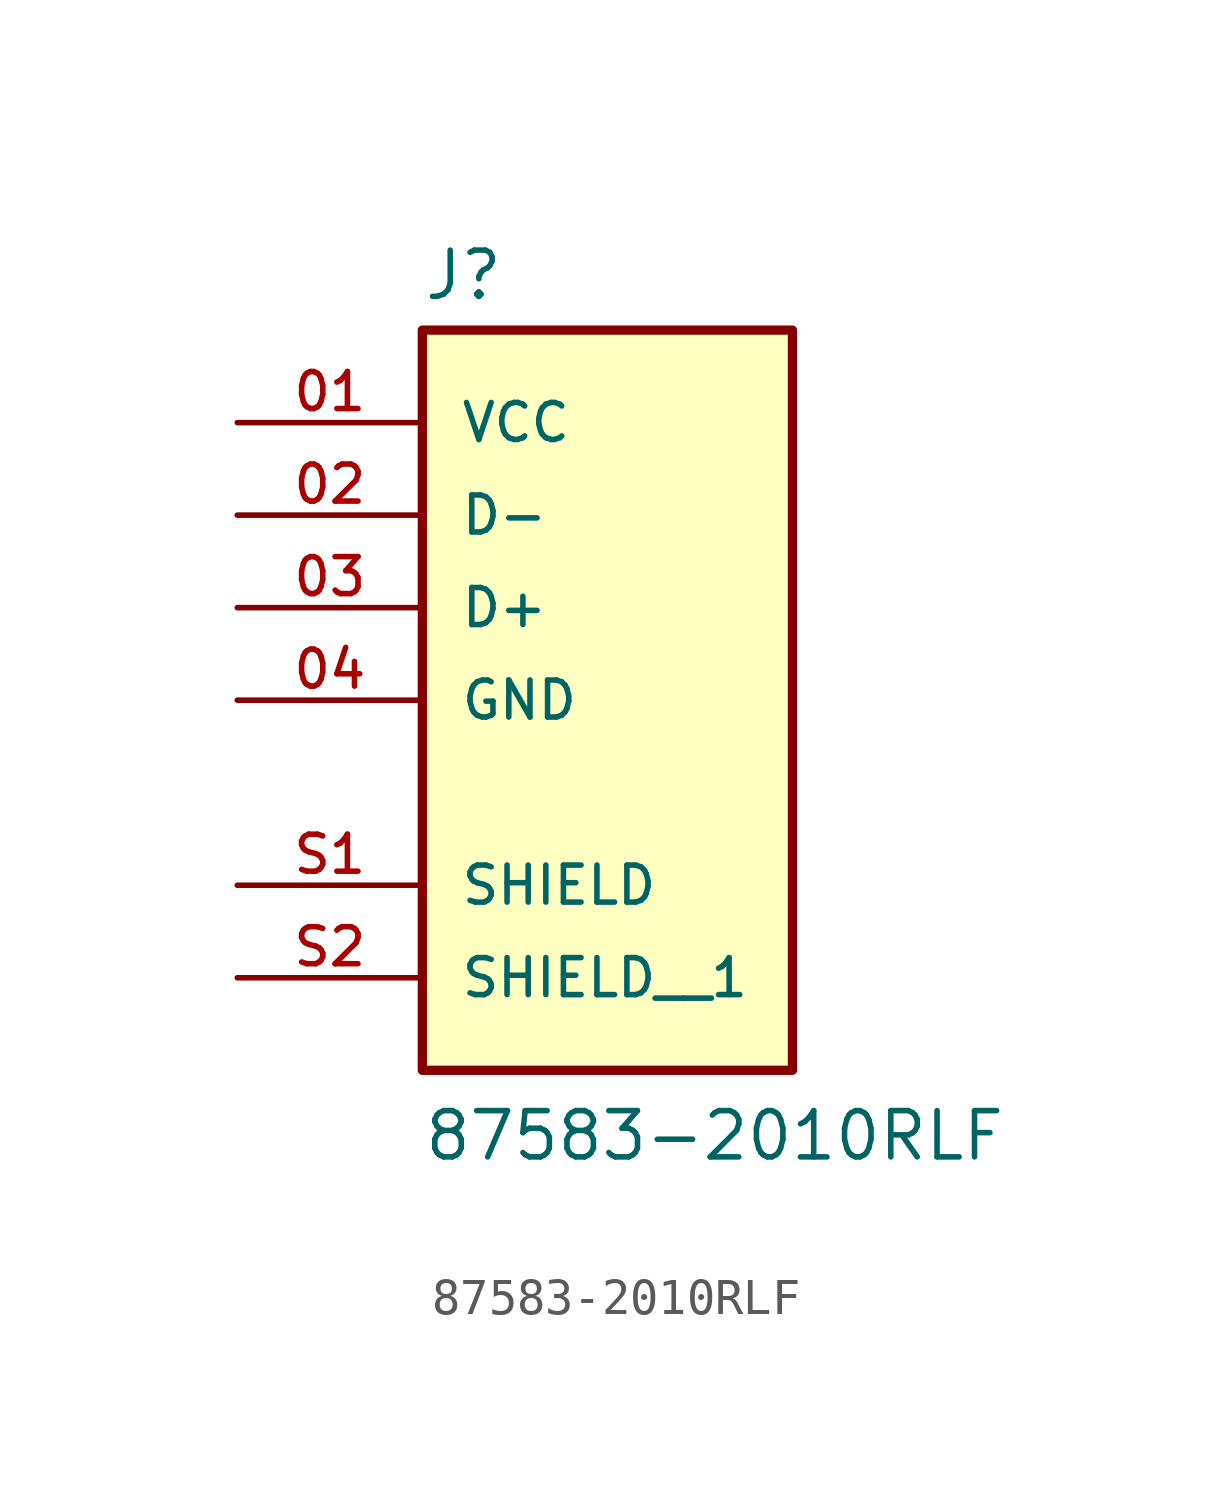
<source format=kicad_sym>
(kicad_symbol_lib
  (version 20211014)
  (generator kicad_symbol_editor)
  (symbol "87583-2010RLF"
    (pin_names
      (offset 1.016))
    (property "Reference" "J"
      (at -5.08 8.382 0)
      (effects (font (size 1.27 1.27)) (justify bottom left)))
    (property "Value" "87583-2010RLF"
      (at -5.08 -15.24 0)
      (effects (font (size 1.27 1.27)) (justify bottom left)))
    (symbol "87583-2010RLF_0_0"
      (rectangle (start -5.08 -12.7) (end 5.08 7.62) (stroke (width 0.254)) (fill (type background)))
      (pin power_in line (at -10.16 5.08 0) (length 5.08) (name "VCC" (effects (font (size 1.016 1.016)))) (number "01" (effects (font (size 1.016 1.016)))))
      (pin bidirectional line (at -10.16 2.54 0) (length 5.08) (name "D-" (effects (font (size 1.016 1.016)))) (number "02" (effects (font (size 1.016 1.016)))))
      (pin bidirectional line (at -10.16 0.0 0) (length 5.08) (name "D+" (effects (font (size 1.016 1.016)))) (number "03" (effects (font (size 1.016 1.016)))))
      (pin power_in line (at -10.16 -2.54 0) (length 5.08) (name "GND" (effects (font (size 1.016 1.016)))) (number "04" (effects (font (size 1.016 1.016)))))
      (pin passive line (at -10.16 -7.62 0) (length 5.08) (name "SHIELD" (effects (font (size 1.016 1.016)))) (number "S1" (effects (font (size 1.016 1.016)))))
      (pin passive line (at -10.16 -10.16 0) (length 5.08) (name "SHIELD__1" (effects (font (size 1.016 1.016)))) (number "S2" (effects (font (size 1.016 1.016))))))))
</source>
